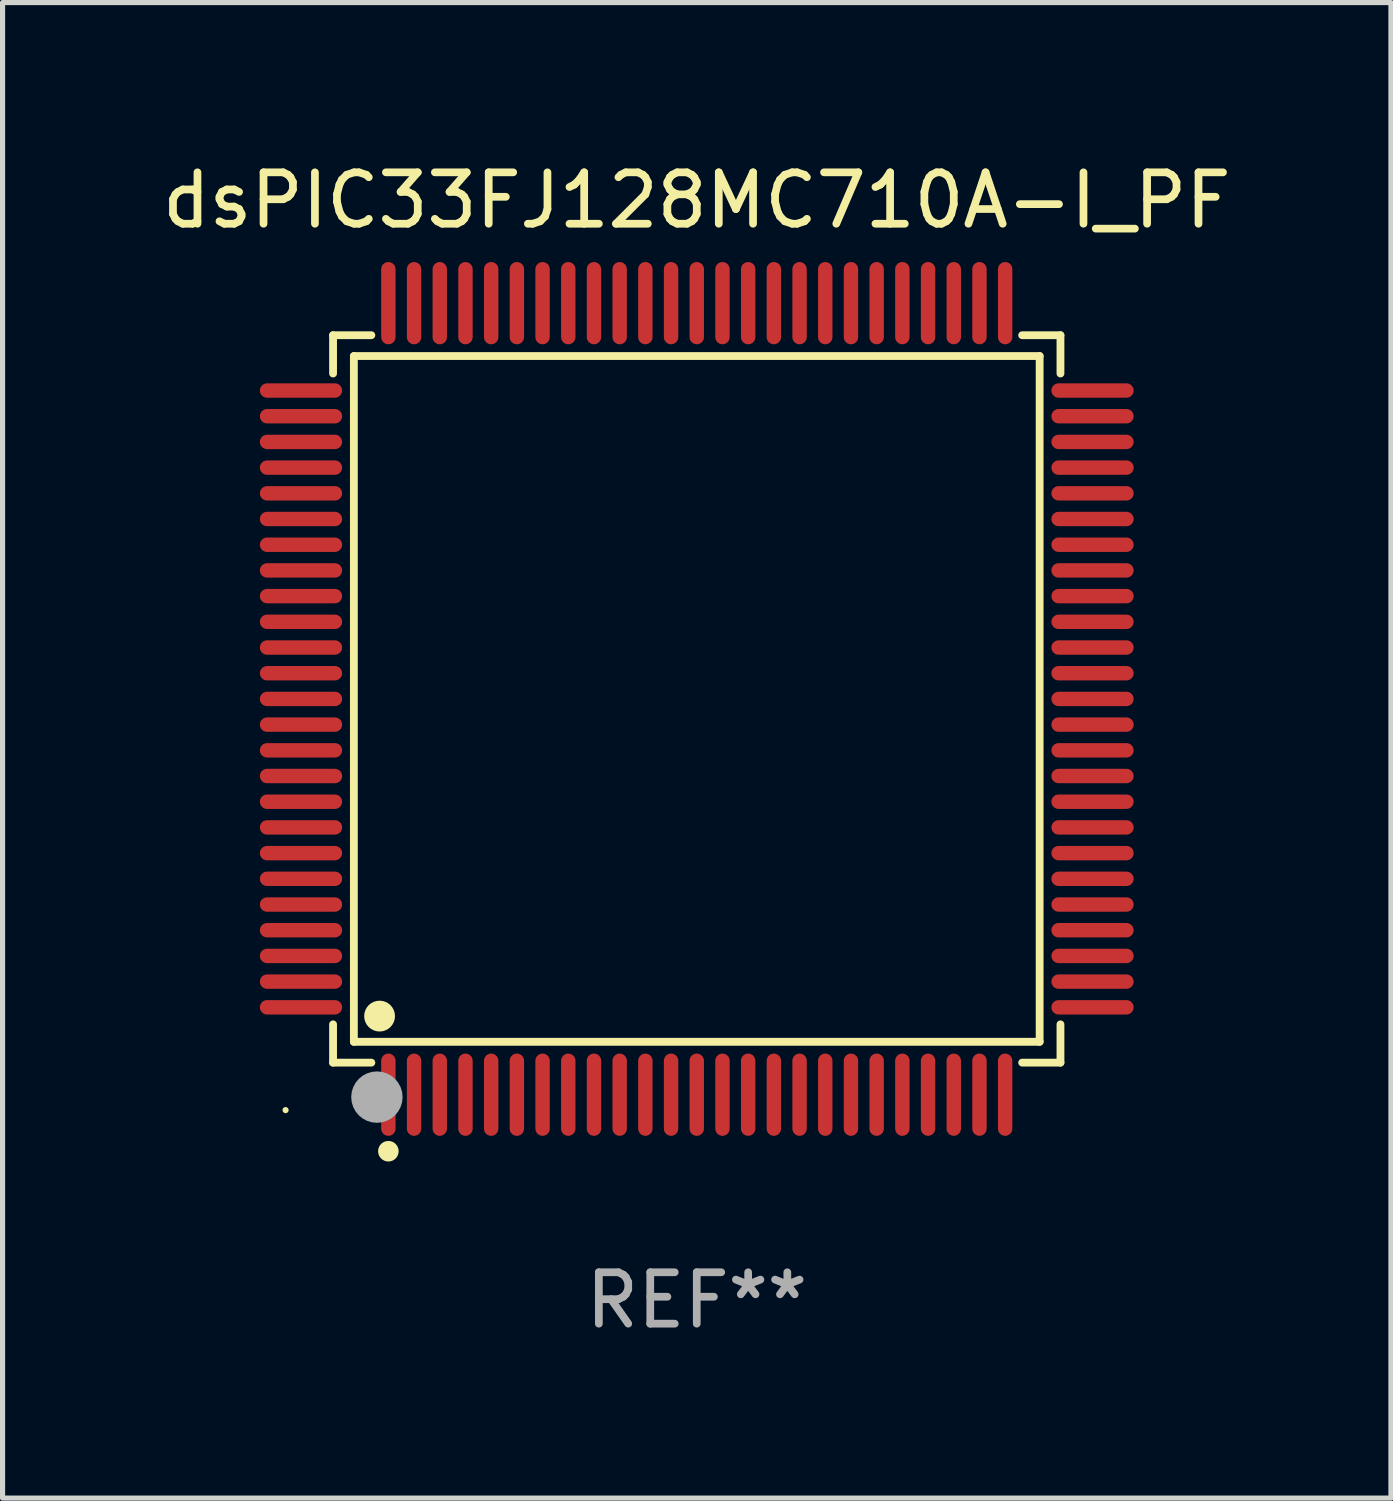
<source format=kicad_pcb>
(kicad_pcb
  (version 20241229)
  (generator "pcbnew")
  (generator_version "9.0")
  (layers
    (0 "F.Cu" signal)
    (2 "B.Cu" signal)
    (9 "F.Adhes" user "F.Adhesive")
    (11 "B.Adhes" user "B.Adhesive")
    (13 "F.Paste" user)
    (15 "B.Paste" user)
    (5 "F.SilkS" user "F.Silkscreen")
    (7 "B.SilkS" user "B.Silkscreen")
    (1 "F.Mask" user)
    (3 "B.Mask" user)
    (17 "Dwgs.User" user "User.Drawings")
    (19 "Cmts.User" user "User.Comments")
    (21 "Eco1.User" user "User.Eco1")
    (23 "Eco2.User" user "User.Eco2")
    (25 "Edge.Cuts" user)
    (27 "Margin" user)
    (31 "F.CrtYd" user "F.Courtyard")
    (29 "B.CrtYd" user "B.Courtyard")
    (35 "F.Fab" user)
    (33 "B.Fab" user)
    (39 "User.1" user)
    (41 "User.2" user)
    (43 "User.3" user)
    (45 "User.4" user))
  (footprint "dsPIC33FJ128MC710A-I_PF"
    (layer "F.Cu")
    (at 10.506 10.548)
    (property "Reference" "dsPIC33FJ128MC710A-I_PF" (at 0 -9.7 0) (layer "F.SilkS") (effects (font (size 1 1) (thickness 0.15))))
    (attr through_hole)
    (fp_line (start -7.076 -7.076) (end -6.331 -7.076) (stroke (width 0.152) (type solid)) (layer "F.SilkS"))
    (fp_line (start -7.076 -6.331) (end -7.076 -7.076) (stroke (width 0.152) (type solid)) (layer "F.SilkS"))
    (fp_line (start -7.076 6.331) (end -7.076 7.076) (stroke (width 0.152) (type solid)) (layer "F.SilkS"))
    (fp_line (start -7.076 7.076) (end -6.331 7.076) (stroke (width 0.152) (type solid)) (layer "F.SilkS"))
    (fp_line (start -6.671 -6.671) (end 6.671 -6.671) (stroke (width 0.152) (type solid)) (layer "F.SilkS"))
    (fp_line (start -6.671 6.671) (end -6.671 -6.671) (stroke (width 0.152) (type solid)) (layer "F.SilkS"))
    (fp_line (start 6.671 -6.671) (end 6.671 6.671) (stroke (width 0.152) (type solid)) (layer "F.SilkS"))
    (fp_line (start 6.671 6.671) (end -6.671 6.671) (stroke (width 0.152) (type solid)) (layer "F.SilkS"))
    (fp_line (start 7.076 -7.076) (end 6.331 -7.076) (stroke (width 0.152) (type solid)) (layer "F.SilkS"))
    (fp_line (start 7.076 -6.331) (end 7.076 -7.076) (stroke (width 0.152) (type solid)) (layer "F.SilkS"))
    (fp_line (start 7.076 6.331) (end 7.076 7.076) (stroke (width 0.152) (type solid)) (layer "F.SilkS"))
    (fp_line (start 7.076 7.076) (end 6.331 7.076) (stroke (width 0.152) (type solid)) (layer "F.SilkS"))
    (fp_circle (center -8 8) (end -7.97 8) (stroke (width 0.06) (type solid)) (fill no) (layer "F.SilkS"))
    (fp_circle (center -6.171 6.171) (end -6.021 6.171) (stroke (width 0.3) (type solid)) (fill no) (layer "F.SilkS"))
    (fp_circle (center -6 8.8) (end -5.9 8.8) (stroke (width 0.2) (type solid)) (fill no) (layer "F.SilkS"))
    (fp_circle (center -6.223 7.747) (end -5.973 7.747) (stroke (width 0.5) (type solid)) (fill no) (layer "F.Fab"))
    (fp_text user "REF**" (at 0 11.7 0) (layer "F.Fab") (effects (font (size 1 1) (thickness 0.15))))
    (pad "1" smd oval (at -6 7.7) (size 0.28 1.6) (layers "F.Cu" "F.Mask" "F.Paste"))
    (pad "2" smd oval (at -5.5 7.7) (size 0.28 1.6) (layers "F.Cu" "F.Mask" "F.Paste"))
    (pad "3" smd oval (at -5 7.7) (size 0.28 1.6) (layers "F.Cu" "F.Mask" "F.Paste"))
    (pad "4" smd oval (at -4.5 7.7) (size 0.28 1.6) (layers "F.Cu" "F.Mask" "F.Paste"))
    (pad "5" smd oval (at -4 7.7) (size 0.28 1.6) (layers "F.Cu" "F.Mask" "F.Paste"))
    (pad "6" smd oval (at -3.5 7.7) (size 0.28 1.6) (layers "F.Cu" "F.Mask" "F.Paste"))
    (pad "7" smd oval (at -3 7.7) (size 0.28 1.6) (layers "F.Cu" "F.Mask" "F.Paste"))
    (pad "8" smd oval (at -2.5 7.7) (size 0.28 1.6) (layers "F.Cu" "F.Mask" "F.Paste"))
    (pad "9" smd oval (at -2 7.7) (size 0.28 1.6) (layers "F.Cu" "F.Mask" "F.Paste"))
    (pad "10" smd oval (at -1.5 7.7) (size 0.28 1.6) (layers "F.Cu" "F.Mask" "F.Paste"))
    (pad "11" smd oval (at -1 7.7) (size 0.28 1.6) (layers "F.Cu" "F.Mask" "F.Paste"))
    (pad "12" smd oval (at -0.5 7.7) (size 0.28 1.6) (layers "F.Cu" "F.Mask" "F.Paste"))
    (pad "13" smd oval (at 0 7.7) (size 0.28 1.6) (layers "F.Cu" "F.Mask" "F.Paste"))
    (pad "14" smd oval (at 0.5 7.7) (size 0.28 1.6) (layers "F.Cu" "F.Mask" "F.Paste"))
    (pad "15" smd oval (at 1 7.7) (size 0.28 1.6) (layers "F.Cu" "F.Mask" "F.Paste"))
    (pad "16" smd oval (at 1.5 7.7) (size 0.28 1.6) (layers "F.Cu" "F.Mask" "F.Paste"))
    (pad "17" smd oval (at 2 7.7) (size 0.28 1.6) (layers "F.Cu" "F.Mask" "F.Paste"))
    (pad "18" smd oval (at 2.5 7.7) (size 0.28 1.6) (layers "F.Cu" "F.Mask" "F.Paste"))
    (pad "19" smd oval (at 3 7.7) (size 0.28 1.6) (layers "F.Cu" "F.Mask" "F.Paste"))
    (pad "20" smd oval (at 3.5 7.7) (size 0.28 1.6) (layers "F.Cu" "F.Mask" "F.Paste"))
    (pad "21" smd oval (at 4 7.7) (size 0.28 1.6) (layers "F.Cu" "F.Mask" "F.Paste"))
    (pad "22" smd oval (at 4.5 7.7) (size 0.28 1.6) (layers "F.Cu" "F.Mask" "F.Paste"))
    (pad "23" smd oval (at 5 7.7) (size 0.28 1.6) (layers "F.Cu" "F.Mask" "F.Paste"))
    (pad "24" smd oval (at 5.5 7.7) (size 0.28 1.6) (layers "F.Cu" "F.Mask" "F.Paste"))
    (pad "25" smd oval (at 6 7.7) (size 0.28 1.6) (layers "F.Cu" "F.Mask" "F.Paste"))
    (pad "26" smd oval (at 7.7 6) (size 1.6 0.28) (layers "F.Cu" "F.Mask" "F.Paste"))
    (pad "27" smd oval (at 7.7 5.5) (size 1.6 0.28) (layers "F.Cu" "F.Mask" "F.Paste"))
    (pad "28" smd oval (at 7.7 5) (size 1.6 0.28) (layers "F.Cu" "F.Mask" "F.Paste"))
    (pad "29" smd oval (at 7.7 4.5) (size 1.6 0.28) (layers "F.Cu" "F.Mask" "F.Paste"))
    (pad "30" smd oval (at 7.7 4) (size 1.6 0.28) (layers "F.Cu" "F.Mask" "F.Paste"))
    (pad "31" smd oval (at 7.7 3.5) (size 1.6 0.28) (layers "F.Cu" "F.Mask" "F.Paste"))
    (pad "32" smd oval (at 7.7 3) (size 1.6 0.28) (layers "F.Cu" "F.Mask" "F.Paste"))
    (pad "33" smd oval (at 7.7 2.5) (size 1.6 0.28) (layers "F.Cu" "F.Mask" "F.Paste"))
    (pad "34" smd oval (at 7.7 2) (size 1.6 0.28) (layers "F.Cu" "F.Mask" "F.Paste"))
    (pad "35" smd oval (at 7.7 1.5) (size 1.6 0.28) (layers "F.Cu" "F.Mask" "F.Paste"))
    (pad "36" smd oval (at 7.7 1) (size 1.6 0.28) (layers "F.Cu" "F.Mask" "F.Paste"))
    (pad "37" smd oval (at 7.7 0.5) (size 1.6 0.28) (layers "F.Cu" "F.Mask" "F.Paste"))
    (pad "38" smd oval (at 7.7 0) (size 1.6 0.28) (layers "F.Cu" "F.Mask" "F.Paste"))
    (pad "39" smd oval (at 7.7 -0.5) (size 1.6 0.28) (layers "F.Cu" "F.Mask" "F.Paste"))
    (pad "40" smd oval (at 7.7 -1) (size 1.6 0.28) (layers "F.Cu" "F.Mask" "F.Paste"))
    (pad "41" smd oval (at 7.7 -1.5) (size 1.6 0.28) (layers "F.Cu" "F.Mask" "F.Paste"))
    (pad "42" smd oval (at 7.7 -2) (size 1.6 0.28) (layers "F.Cu" "F.Mask" "F.Paste"))
    (pad "43" smd oval (at 7.7 -2.5) (size 1.6 0.28) (layers "F.Cu" "F.Mask" "F.Paste"))
    (pad "44" smd oval (at 7.7 -3) (size 1.6 0.28) (layers "F.Cu" "F.Mask" "F.Paste"))
    (pad "45" smd oval (at 7.7 -3.5) (size 1.6 0.28) (layers "F.Cu" "F.Mask" "F.Paste"))
    (pad "46" smd oval (at 7.7 -4) (size 1.6 0.28) (layers "F.Cu" "F.Mask" "F.Paste"))
    (pad "47" smd oval (at 7.7 -4.5) (size 1.6 0.28) (layers "F.Cu" "F.Mask" "F.Paste"))
    (pad "48" smd oval (at 7.7 -5) (size 1.6 0.28) (layers "F.Cu" "F.Mask" "F.Paste"))
    (pad "49" smd oval (at 7.7 -5.5) (size 1.6 0.28) (layers "F.Cu" "F.Mask" "F.Paste"))
    (pad "50" smd oval (at 7.7 -6) (size 1.6 0.28) (layers "F.Cu" "F.Mask" "F.Paste"))
    (pad "51" smd oval (at 6 -7.7) (size 0.28 1.6) (layers "F.Cu" "F.Mask" "F.Paste"))
    (pad "52" smd oval (at 5.5 -7.7) (size 0.28 1.6) (layers "F.Cu" "F.Mask" "F.Paste"))
    (pad "53" smd oval (at 5 -7.7) (size 0.28 1.6) (layers "F.Cu" "F.Mask" "F.Paste"))
    (pad "54" smd oval (at 4.5 -7.7) (size 0.28 1.6) (layers "F.Cu" "F.Mask" "F.Paste"))
    (pad "55" smd oval (at 4 -7.7) (size 0.28 1.6) (layers "F.Cu" "F.Mask" "F.Paste"))
    (pad "56" smd oval (at 3.5 -7.7) (size 0.28 1.6) (layers "F.Cu" "F.Mask" "F.Paste"))
    (pad "57" smd oval (at 3 -7.7) (size 0.28 1.6) (layers "F.Cu" "F.Mask" "F.Paste"))
    (pad "58" smd oval (at 2.5 -7.7) (size 0.28 1.6) (layers "F.Cu" "F.Mask" "F.Paste"))
    (pad "59" smd oval (at 2 -7.7) (size 0.28 1.6) (layers "F.Cu" "F.Mask" "F.Paste"))
    (pad "60" smd oval (at 1.5 -7.7) (size 0.28 1.6) (layers "F.Cu" "F.Mask" "F.Paste"))
    (pad "61" smd oval (at 1 -7.7) (size 0.28 1.6) (layers "F.Cu" "F.Mask" "F.Paste"))
    (pad "62" smd oval (at 0.5 -7.7) (size 0.28 1.6) (layers "F.Cu" "F.Mask" "F.Paste"))
    (pad "63" smd oval (at 0 -7.7) (size 0.28 1.6) (layers "F.Cu" "F.Mask" "F.Paste"))
    (pad "64" smd oval (at -0.5 -7.7) (size 0.28 1.6) (layers "F.Cu" "F.Mask" "F.Paste"))
    (pad "65" smd oval (at -1 -7.7) (size 0.28 1.6) (layers "F.Cu" "F.Mask" "F.Paste"))
    (pad "66" smd oval (at -1.5 -7.7) (size 0.28 1.6) (layers "F.Cu" "F.Mask" "F.Paste"))
    (pad "67" smd oval (at -2 -7.7) (size 0.28 1.6) (layers "F.Cu" "F.Mask" "F.Paste"))
    (pad "68" smd oval (at -2.5 -7.7) (size 0.28 1.6) (layers "F.Cu" "F.Mask" "F.Paste"))
    (pad "69" smd oval (at -3 -7.7) (size 0.28 1.6) (layers "F.Cu" "F.Mask" "F.Paste"))
    (pad "70" smd oval (at -3.5 -7.7) (size 0.28 1.6) (layers "F.Cu" "F.Mask" "F.Paste"))
    (pad "71" smd oval (at -4 -7.7) (size 0.28 1.6) (layers "F.Cu" "F.Mask" "F.Paste"))
    (pad "72" smd oval (at -4.5 -7.7) (size 0.28 1.6) (layers "F.Cu" "F.Mask" "F.Paste"))
    (pad "73" smd oval (at -5 -7.7) (size 0.28 1.6) (layers "F.Cu" "F.Mask" "F.Paste"))
    (pad "74" smd oval (at -5.5 -7.7) (size 0.28 1.6) (layers "F.Cu" "F.Mask" "F.Paste"))
    (pad "75" smd oval (at -6 -7.7) (size 0.28 1.6) (layers "F.Cu" "F.Mask" "F.Paste"))
    (pad "76" smd oval (at -7.7 -6) (size 1.6 0.28) (layers "F.Cu" "F.Mask" "F.Paste"))
    (pad "77" smd oval (at -7.7 -5.5) (size 1.6 0.28) (layers "F.Cu" "F.Mask" "F.Paste"))
    (pad "78" smd oval (at -7.7 -5) (size 1.6 0.28) (layers "F.Cu" "F.Mask" "F.Paste"))
    (pad "79" smd oval (at -7.7 -4.5) (size 1.6 0.28) (layers "F.Cu" "F.Mask" "F.Paste"))
    (pad "80" smd oval (at -7.7 -4) (size 1.6 0.28) (layers "F.Cu" "F.Mask" "F.Paste"))
    (pad "81" smd oval (at -7.7 -3.5) (size 1.6 0.28) (layers "F.Cu" "F.Mask" "F.Paste"))
    (pad "82" smd oval (at -7.7 -3) (size 1.6 0.28) (layers "F.Cu" "F.Mask" "F.Paste"))
    (pad "83" smd oval (at -7.7 -2.5) (size 1.6 0.28) (layers "F.Cu" "F.Mask" "F.Paste"))
    (pad "84" smd oval (at -7.7 -2) (size 1.6 0.28) (layers "F.Cu" "F.Mask" "F.Paste"))
    (pad "85" smd oval (at -7.7 -1.5) (size 1.6 0.28) (layers "F.Cu" "F.Mask" "F.Paste"))
    (pad "86" smd oval (at -7.7 -1) (size 1.6 0.28) (layers "F.Cu" "F.Mask" "F.Paste"))
    (pad "87" smd oval (at -7.7 -0.5) (size 1.6 0.28) (layers "F.Cu" "F.Mask" "F.Paste"))
    (pad "88" smd oval (at -7.7 0) (size 1.6 0.28) (layers "F.Cu" "F.Mask" "F.Paste"))
    (pad "89" smd oval (at -7.7 0.5) (size 1.6 0.28) (layers "F.Cu" "F.Mask" "F.Paste"))
    (pad "90" smd oval (at -7.7 1) (size 1.6 0.28) (layers "F.Cu" "F.Mask" "F.Paste"))
    (pad "91" smd oval (at -7.7 1.5) (size 1.6 0.28) (layers "F.Cu" "F.Mask" "F.Paste"))
    (pad "92" smd oval (at -7.7 2) (size 1.6 0.28) (layers "F.Cu" "F.Mask" "F.Paste"))
    (pad "93" smd oval (at -7.7 2.5) (size 1.6 0.28) (layers "F.Cu" "F.Mask" "F.Paste"))
    (pad "94" smd oval (at -7.7 3) (size 1.6 0.28) (layers "F.Cu" "F.Mask" "F.Paste"))
    (pad "95" smd oval (at -7.7 3.5) (size 1.6 0.28) (layers "F.Cu" "F.Mask" "F.Paste"))
    (pad "96" smd oval (at -7.7 4) (size 1.6 0.28) (layers "F.Cu" "F.Mask" "F.Paste"))
    (pad "97" smd oval (at -7.7 4.5) (size 1.6 0.28) (layers "F.Cu" "F.Mask" "F.Paste"))
    (pad "98" smd oval (at -7.7 5) (size 1.6 0.28) (layers "F.Cu" "F.Mask" "F.Paste"))
    (pad "99" smd oval (at -7.7 5.5) (size 1.6 0.28) (layers "F.Cu" "F.Mask" "F.Paste"))
    (pad "100" smd oval (at -7.7 6) (size 1.6 0.28) (layers "F.Cu" "F.Mask" "F.Paste")))
  (gr_rect
    (start -3 -3)
    (end 24.012 26.097)
    (stroke (width 0.1) (type default))
    (fill no)
    (layer "Edge.Cuts")))
</source>
